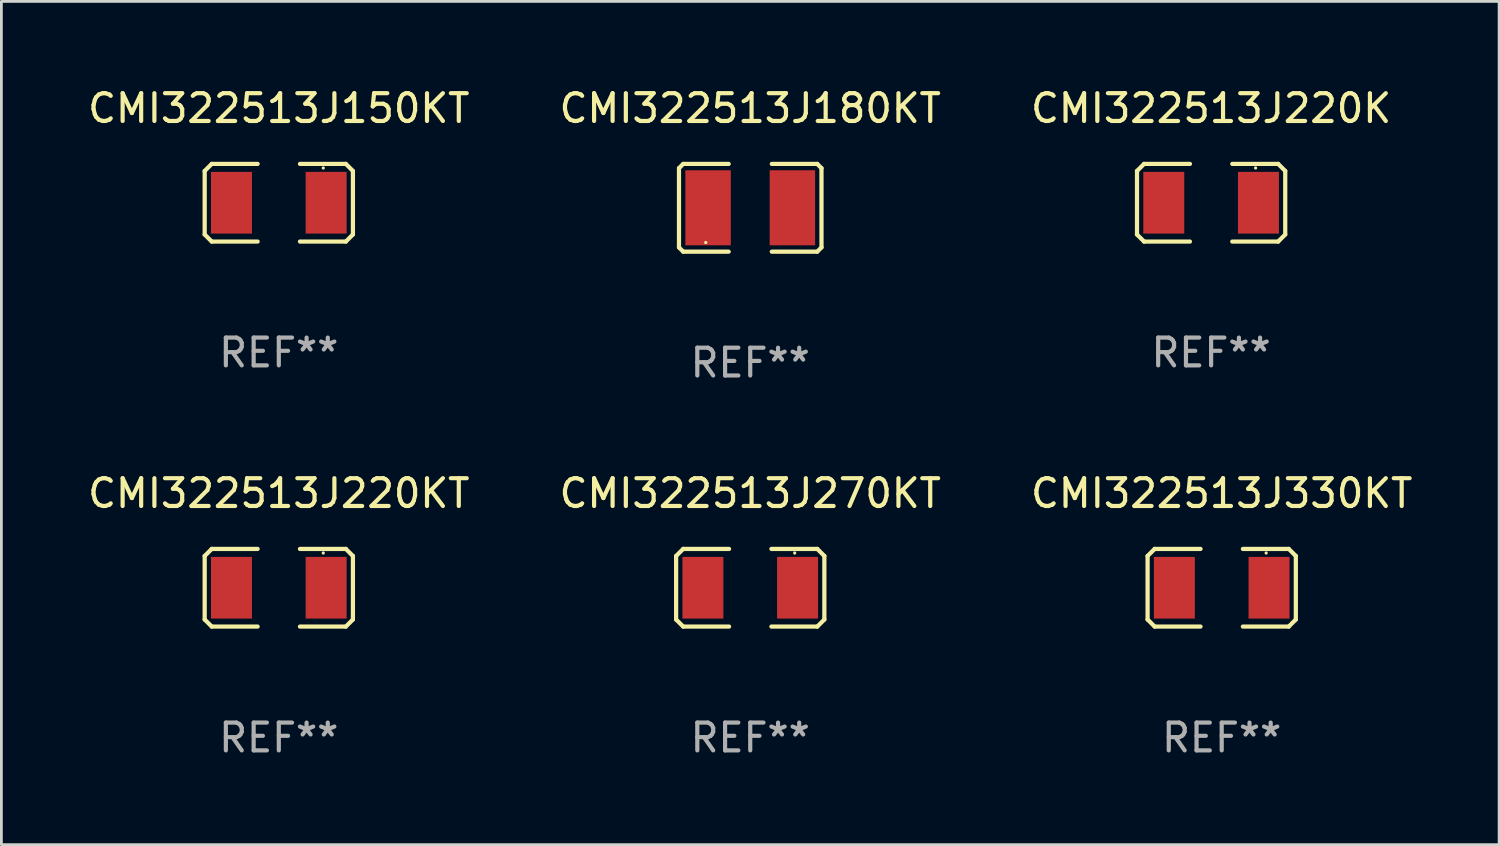
<source format=kicad_pcb>
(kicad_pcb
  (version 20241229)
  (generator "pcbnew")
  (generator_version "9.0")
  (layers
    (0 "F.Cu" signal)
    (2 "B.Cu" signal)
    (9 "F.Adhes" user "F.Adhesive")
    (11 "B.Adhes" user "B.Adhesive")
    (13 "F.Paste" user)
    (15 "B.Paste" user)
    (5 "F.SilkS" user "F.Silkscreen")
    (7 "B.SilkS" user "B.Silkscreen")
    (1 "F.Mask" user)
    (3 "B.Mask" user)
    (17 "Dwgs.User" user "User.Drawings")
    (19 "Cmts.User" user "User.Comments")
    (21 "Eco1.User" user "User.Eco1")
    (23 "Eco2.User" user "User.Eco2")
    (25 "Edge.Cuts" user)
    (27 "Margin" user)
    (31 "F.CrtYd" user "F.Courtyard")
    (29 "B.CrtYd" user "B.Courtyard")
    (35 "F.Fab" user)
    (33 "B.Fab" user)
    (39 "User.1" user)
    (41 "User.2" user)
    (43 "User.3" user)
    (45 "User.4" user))
  (footprint "CMI322513J150KT"
    (layer "F.Cu")
    (at 6.982 4.245)
    (property "Reference" "CMI322513J150KT" (at 0 -3.397 0) (layer "F.SilkS") (effects (font (size 1 1) (thickness 0.15))))
    (attr through_hole)
    (fp_line (start -2.667 -1.143) (end -2.413 -1.397) (stroke (width 0.152) (type solid)) (layer "F.SilkS"))
    (fp_line (start -2.667 1.143) (end -2.667 -1.143) (stroke (width 0.152) (type solid)) (layer "F.SilkS"))
    (fp_line (start -2.413 -1.397) (end -0.762 -1.397) (stroke (width 0.152) (type solid)) (layer "F.SilkS"))
    (fp_line (start -2.413 1.397) (end -2.667 1.143) (stroke (width 0.152) (type solid)) (layer "F.SilkS"))
    (fp_line (start -0.762 1.397) (end -2.413 1.397) (stroke (width 0.152) (type solid)) (layer "F.SilkS"))
    (fp_line (start 0.762 -1.397) (end 2.413 -1.397) (stroke (width 0.152) (type solid)) (layer "F.SilkS"))
    (fp_line (start 2.413 -1.397) (end 2.667 -1.143) (stroke (width 0.152) (type solid)) (layer "F.SilkS"))
    (fp_line (start 2.413 1.397) (end 0.762 1.397) (stroke (width 0.152) (type solid)) (layer "F.SilkS"))
    (fp_line (start 2.667 -1.143) (end 2.667 1.143) (stroke (width 0.152) (type solid)) (layer "F.SilkS"))
    (fp_line (start 2.667 1.143) (end 2.413 1.397) (stroke (width 0.152) (type solid)) (layer "F.SilkS"))
    (fp_circle (center 1.6 -1.25) (end 1.63 -1.25) (stroke (width 0.06) (type solid)) (fill no) (layer "F.SilkS"))
    (fp_text user "REF**" (at 0 5.397 0) (layer "F.Fab") (effects (font (size 1 1) (thickness 0.15))))
    (pad "1" smd rect (at 1.703 0) (size 1.474 2.22) (layers "F.Cu" "F.Mask" "F.Paste"))
    (pad "2" smd rect (at -1.703 0) (size 1.474 2.22) (layers "F.Cu" "F.Mask" "F.Paste")))
  (footprint "CMI322513J270KT"
    (layer "F.Cu")
    (at 23.946 18.099)
    (property "Reference" "CMI322513J270KT" (at 0 -3.397 0) (layer "F.SilkS") (effects (font (size 1 1) (thickness 0.15))))
    (attr through_hole)
    (fp_line (start -2.667 -1.143) (end -2.413 -1.397) (stroke (width 0.152) (type solid)) (layer "F.SilkS"))
    (fp_line (start -2.667 1.143) (end -2.667 -1.143) (stroke (width 0.152) (type solid)) (layer "F.SilkS"))
    (fp_line (start -2.413 -1.397) (end -0.762 -1.397) (stroke (width 0.152) (type solid)) (layer "F.SilkS"))
    (fp_line (start -2.413 1.397) (end -2.667 1.143) (stroke (width 0.152) (type solid)) (layer "F.SilkS"))
    (fp_line (start -0.762 1.397) (end -2.413 1.397) (stroke (width 0.152) (type solid)) (layer "F.SilkS"))
    (fp_line (start 0.762 -1.397) (end 2.413 -1.397) (stroke (width 0.152) (type solid)) (layer "F.SilkS"))
    (fp_line (start 2.413 -1.397) (end 2.667 -1.143) (stroke (width 0.152) (type solid)) (layer "F.SilkS"))
    (fp_line (start 2.413 1.397) (end 0.762 1.397) (stroke (width 0.152) (type solid)) (layer "F.SilkS"))
    (fp_line (start 2.667 -1.143) (end 2.667 1.143) (stroke (width 0.152) (type solid)) (layer "F.SilkS"))
    (fp_line (start 2.667 1.143) (end 2.413 1.397) (stroke (width 0.152) (type solid)) (layer "F.SilkS"))
    (fp_circle (center 1.6 -1.25) (end 1.63 -1.25) (stroke (width 0.06) (type solid)) (fill no) (layer "F.SilkS"))
    (fp_text user "REF**" (at 0 5.397 0) (layer "F.Fab") (effects (font (size 1 1) (thickness 0.15))))
    (pad "1" smd rect (at 1.703 0) (size 1.474 2.22) (layers "F.Cu" "F.Mask" "F.Paste"))
    (pad "2" smd rect (at -1.703 0) (size 1.474 2.22) (layers "F.Cu" "F.Mask" "F.Paste")))
  (footprint "CMI322513J330KT"
    (layer "F.Cu")
    (at 40.911 18.099)
    (property "Reference" "CMI322513J330KT" (at 0 -3.397 0) (layer "F.SilkS") (effects (font (size 1 1) (thickness 0.15))))
    (attr through_hole)
    (fp_line (start -2.667 -1.143) (end -2.413 -1.397) (stroke (width 0.152) (type solid)) (layer "F.SilkS"))
    (fp_line (start -2.667 1.143) (end -2.667 -1.143) (stroke (width 0.152) (type solid)) (layer "F.SilkS"))
    (fp_line (start -2.413 -1.397) (end -0.762 -1.397) (stroke (width 0.152) (type solid)) (layer "F.SilkS"))
    (fp_line (start -2.413 1.397) (end -2.667 1.143) (stroke (width 0.152) (type solid)) (layer "F.SilkS"))
    (fp_line (start -0.762 1.397) (end -2.413 1.397) (stroke (width 0.152) (type solid)) (layer "F.SilkS"))
    (fp_line (start 0.762 -1.397) (end 2.413 -1.397) (stroke (width 0.152) (type solid)) (layer "F.SilkS"))
    (fp_line (start 2.413 -1.397) (end 2.667 -1.143) (stroke (width 0.152) (type solid)) (layer "F.SilkS"))
    (fp_line (start 2.413 1.397) (end 0.762 1.397) (stroke (width 0.152) (type solid)) (layer "F.SilkS"))
    (fp_line (start 2.667 -1.143) (end 2.667 1.143) (stroke (width 0.152) (type solid)) (layer "F.SilkS"))
    (fp_line (start 2.667 1.143) (end 2.413 1.397) (stroke (width 0.152) (type solid)) (layer "F.SilkS"))
    (fp_circle (center 1.6 -1.25) (end 1.63 -1.25) (stroke (width 0.06) (type solid)) (fill no) (layer "F.SilkS"))
    (fp_text user "REF**" (at 0 5.397 0) (layer "F.Fab") (effects (font (size 1 1) (thickness 0.15))))
    (pad "1" smd rect (at 1.703 0) (size 1.474 2.22) (layers "F.Cu" "F.Mask" "F.Paste"))
    (pad "2" smd rect (at -1.703 0) (size 1.474 2.22) (layers "F.Cu" "F.Mask" "F.Paste")))
  (footprint "CMI322513J220K"
    (layer "F.Cu")
    (at 40.53 4.245)
    (property "Reference" "CMI322513J220K" (at 0 -3.397 0) (layer "F.SilkS") (effects (font (size 1 1) (thickness 0.15))))
    (attr through_hole)
    (fp_line (start -2.667 -1.143) (end -2.413 -1.397) (stroke (width 0.152) (type solid)) (layer "F.SilkS"))
    (fp_line (start -2.667 1.143) (end -2.667 -1.143) (stroke (width 0.152) (type solid)) (layer "F.SilkS"))
    (fp_line (start -2.413 -1.397) (end -0.762 -1.397) (stroke (width 0.152) (type solid)) (layer "F.SilkS"))
    (fp_line (start -2.413 1.397) (end -2.667 1.143) (stroke (width 0.152) (type solid)) (layer "F.SilkS"))
    (fp_line (start -0.762 1.397) (end -2.413 1.397) (stroke (width 0.152) (type solid)) (layer "F.SilkS"))
    (fp_line (start 0.762 -1.397) (end 2.413 -1.397) (stroke (width 0.152) (type solid)) (layer "F.SilkS"))
    (fp_line (start 2.413 -1.397) (end 2.667 -1.143) (stroke (width 0.152) (type solid)) (layer "F.SilkS"))
    (fp_line (start 2.413 1.397) (end 0.762 1.397) (stroke (width 0.152) (type solid)) (layer "F.SilkS"))
    (fp_line (start 2.667 -1.143) (end 2.667 1.143) (stroke (width 0.152) (type solid)) (layer "F.SilkS"))
    (fp_line (start 2.667 1.143) (end 2.413 1.397) (stroke (width 0.152) (type solid)) (layer "F.SilkS"))
    (fp_circle (center 1.6 -1.25) (end 1.63 -1.25) (stroke (width 0.06) (type solid)) (fill no) (layer "F.SilkS"))
    (fp_text user "REF**" (at 0 5.397 0) (layer "F.Fab") (effects (font (size 1 1) (thickness 0.15))))
    (pad "1" smd rect (at 1.703 0) (size 1.474 2.22) (layers "F.Cu" "F.Mask" "F.Paste"))
    (pad "2" smd rect (at -1.703 0) (size 1.474 2.22) (layers "F.Cu" "F.Mask" "F.Paste")))
  (footprint "CMI322513J220KT"
    (layer "F.Cu")
    (at 6.982 18.099)
    (property "Reference" "CMI322513J220KT" (at 0 -3.397 0) (layer "F.SilkS") (effects (font (size 1 1) (thickness 0.15))))
    (attr through_hole)
    (fp_line (start -2.667 -1.143) (end -2.413 -1.397) (stroke (width 0.152) (type solid)) (layer "F.SilkS"))
    (fp_line (start -2.667 1.143) (end -2.667 -1.143) (stroke (width 0.152) (type solid)) (layer "F.SilkS"))
    (fp_line (start -2.413 -1.397) (end -0.762 -1.397) (stroke (width 0.152) (type solid)) (layer "F.SilkS"))
    (fp_line (start -2.413 1.397) (end -2.667 1.143) (stroke (width 0.152) (type solid)) (layer "F.SilkS"))
    (fp_line (start -0.762 1.397) (end -2.413 1.397) (stroke (width 0.152) (type solid)) (layer "F.SilkS"))
    (fp_line (start 0.762 -1.397) (end 2.413 -1.397) (stroke (width 0.152) (type solid)) (layer "F.SilkS"))
    (fp_line (start 2.413 -1.397) (end 2.667 -1.143) (stroke (width 0.152) (type solid)) (layer "F.SilkS"))
    (fp_line (start 2.413 1.397) (end 0.762 1.397) (stroke (width 0.152) (type solid)) (layer "F.SilkS"))
    (fp_line (start 2.667 -1.143) (end 2.667 1.143) (stroke (width 0.152) (type solid)) (layer "F.SilkS"))
    (fp_line (start 2.667 1.143) (end 2.413 1.397) (stroke (width 0.152) (type solid)) (layer "F.SilkS"))
    (fp_circle (center 1.6 -1.25) (end 1.63 -1.25) (stroke (width 0.06) (type solid)) (fill no) (layer "F.SilkS"))
    (fp_text user "REF**" (at 0 5.397 0) (layer "F.Fab") (effects (font (size 1 1) (thickness 0.15))))
    (pad "1" smd rect (at 1.703 0) (size 1.474 2.22) (layers "F.Cu" "F.Mask" "F.Paste"))
    (pad "2" smd rect (at -1.703 0) (size 1.474 2.22) (layers "F.Cu" "F.Mask" "F.Paste")))
  (footprint "CMI322513J180KT"
    (layer "F.Cu")
    (at 23.946 4.427)
    (property "Reference" "CMI322513J180KT" (at 0 -3.579 0) (layer "F.SilkS") (effects (font (size 1 1) (thickness 0.15))))
    (attr through_hole)
    (fp_line (start -2.564 -1.426) (end -2.564 1.426) (stroke (width 0.152) (type solid)) (layer "F.SilkS"))
    (fp_line (start -2.564 1.426) (end -2.411 1.579) (stroke (width 0.152) (type solid)) (layer "F.SilkS"))
    (fp_line (start -2.411 -1.579) (end -2.564 -1.426) (stroke (width 0.152) (type solid)) (layer "F.SilkS"))
    (fp_line (start -2.411 1.579) (end -0.776 1.579) (stroke (width 0.152) (type solid)) (layer "F.SilkS"))
    (fp_line (start -0.776 -1.579) (end -2.411 -1.579) (stroke (width 0.152) (type solid)) (layer "F.SilkS"))
    (fp_line (start 0.776 -1.579) (end 2.411 -1.579) (stroke (width 0.152) (type solid)) (layer "F.SilkS"))
    (fp_line (start 2.411 -1.579) (end 2.564 -1.426) (stroke (width 0.152) (type solid)) (layer "F.SilkS"))
    (fp_line (start 2.411 1.579) (end 0.776 1.579) (stroke (width 0.152) (type solid)) (layer "F.SilkS"))
    (fp_line (start 2.564 -1.426) (end 2.564 1.426) (stroke (width 0.152) (type solid)) (layer "F.SilkS"))
    (fp_line (start 2.564 1.426) (end 2.411 1.579) (stroke (width 0.152) (type solid)) (layer "F.SilkS"))
    (fp_circle (center -1.6 1.25) (end -1.57 1.25) (stroke (width 0.06) (type solid)) (fill no) (layer "F.SilkS"))
    (fp_text user "REF**" (at 0 5.579 0) (layer "F.Fab") (effects (font (size 1 1) (thickness 0.15))))
    (pad "1" smd rect (at -1.517 -0.000013) (size 1.635 2.7) (layers "F.Cu" "F.Mask" "F.Paste"))
    (pad "2" smd rect (at 1.517 -0.000013) (size 1.635 2.7) (layers "F.Cu" "F.Mask" "F.Paste")))
  (gr_rect
    (start -3 -3)
    (end 50.893 27.344)
    (stroke (width 0.1) (type default))
    (fill no)
    (layer "Edge.Cuts")))
</source>
